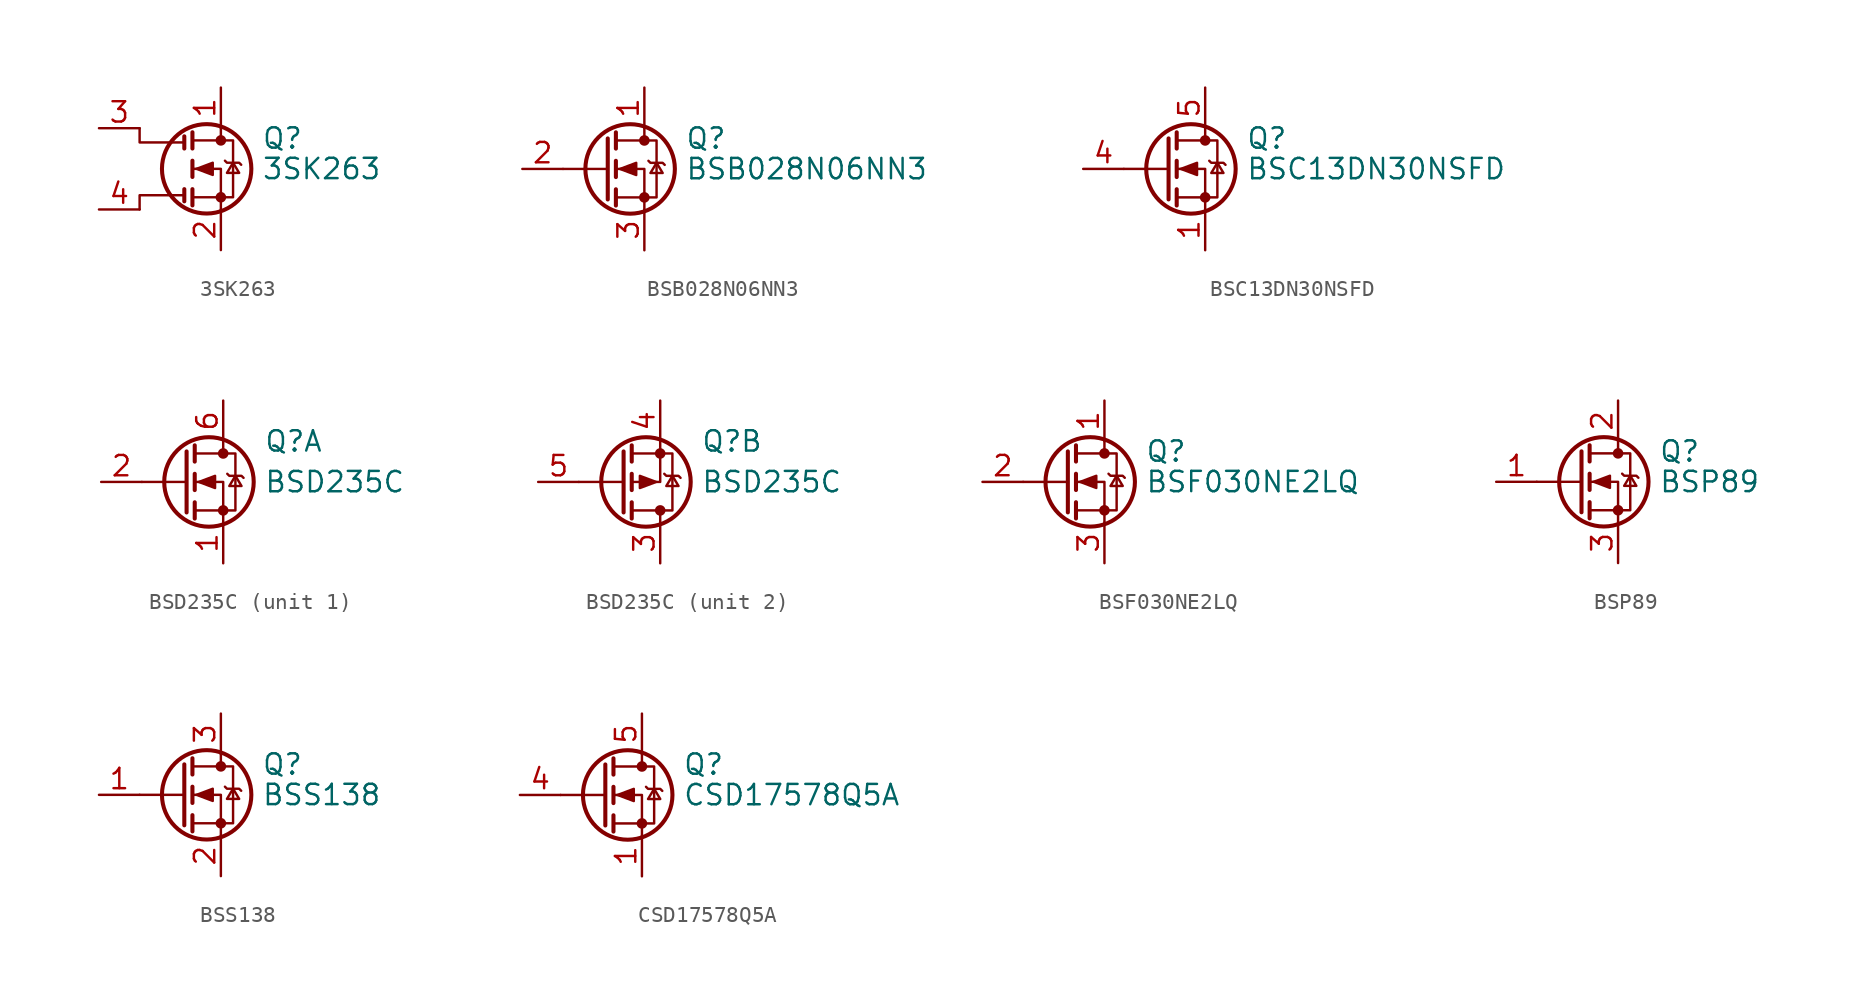
<source format=kicad_sym>
(kicad_symbol_lib
  (version 20210619)
  (generator kicad_symbol_editor)
  (symbol "Transistor_FET:3SK263"
    (pin_names hide)
    (property "Reference" "Q"
      (at 5.08 1.905 0)
      (effects (font (size 1.27 1.27)) (justify left)))
    (property "Value" "3SK263"
      (at 5.08 0 0)
      (effects (font (size 1.27 1.27)) (justify left)))
    (symbol "3SK263_0_1"
      (circle (center 1.651 0) (radius 2.794) (stroke (width 0.254)) (fill (type none)))
      (circle (center 2.54 -1.778) (radius 0.254) (stroke (width 0)) (fill (type outline)))
      (circle (center 2.54 1.778) (radius 0.254) (stroke (width 0)) (fill (type outline)))
      (polyline (pts (xy 0.254 -2.032) (xy 0.254 -1.27)) (stroke (width 0.254)) (fill (type none)))
      (polyline (pts (xy 0.254 2.032) (xy 0.254 1.27)) (stroke (width 0.254)) (fill (type none)))
      (polyline (pts (xy 0.762 -1.27) (xy 0.762 -2.286)) (stroke (width 0.254)) (fill (type none)))
      (polyline (pts (xy 0.762 0.508) (xy 0.762 -0.508)) (stroke (width 0.254)) (fill (type none)))
      (polyline (pts (xy 0.762 2.286) (xy 0.762 1.27)) (stroke (width 0.254)) (fill (type none)))
      (polyline (pts (xy 2.54 2.54) (xy 2.54 1.778)) (stroke (width 0)) (fill (type none)))
      (polyline (pts (xy 0.254 -1.651) (xy -2.54 -1.651) (xy -2.54 -2.54)) (stroke (width 0)) (fill (type none)))
      (polyline (pts (xy 0.254 1.651) (xy -2.54 1.651) (xy -2.54 2.54)) (stroke (width 0)) (fill (type none)))
      (polyline (pts (xy 2.54 -2.54) (xy 2.54 0) (xy 0.762 0)) (stroke (width 0)) (fill (type none)))
      (polyline (pts (xy 0.762 -1.778) (xy 3.302 -1.778) (xy 3.302 1.778) (xy 0.762 1.778)) (stroke (width 0)) (fill (type none)))
      (polyline (pts (xy 2.794 0.508) (xy 2.921 0.381) (xy 3.683 0.381) (xy 3.81 0.254)) (stroke (width 0)) (fill (type none)))
      (polyline (pts (xy 3.302 0.381) (xy 2.921 -0.254) (xy 3.683 -0.254) (xy 3.302 0.381)) (stroke (width 0)) (fill (type none)))
      (polyline (pts (xy 1.016 0) (xy 2.032 0.381) (xy 2.032 -0.381) (xy 1.016 0)) (stroke (width 0)) (fill (type outline))))
    (symbol "3SK263_1_1"
      (pin passive line (at 2.54 5.08 270) (length 2.54) (name "D" (effects (font (size 1.27 1.27)))) (number "1" (effects (font (size 1.27 1.27)))))
      (pin passive line (at 2.54 -5.08 90) (length 2.54) (name "S" (effects (font (size 1.27 1.27)))) (number "2" (effects (font (size 1.27 1.27)))))
      (pin passive line (at -5.08 2.54 0) (length 2.54) (name "G1" (effects (font (size 1.27 1.27)))) (number "3" (effects (font (size 1.27 1.27)))))
      (pin passive line (at -5.08 -2.54 0) (length 2.54) (name "G2" (effects (font (size 1.27 1.27)))) (number "4" (effects (font (size 1.27 1.27)))))))
  (symbol "Transistor_FET:BSB028N06NN3"
    (pin_names hide)
    (property "Reference" "Q"
      (at 5.08 1.905 0)
      (effects (font (size 1.27 1.27)) (justify left)))
    (property "Value" "BSB028N06NN3"
      (at 5.08 0 0)
      (effects (font (size 1.27 1.27)) (justify left)))
    (symbol "BSB028N06NN3_0_1"
      (circle (center 1.651 0) (radius 2.794) (stroke (width 0.254)) (fill (type none)))
      (circle (center 2.54 -1.778) (radius 0.254) (stroke (width 0)) (fill (type outline)))
      (circle (center 2.54 1.778) (radius 0.254) (stroke (width 0)) (fill (type outline)))
      (polyline (pts (xy 0.254 0) (xy -2.54 0)) (stroke (width 0)) (fill (type none)))
      (polyline (pts (xy 0.254 1.905) (xy 0.254 -1.905)) (stroke (width 0.254)) (fill (type none)))
      (polyline (pts (xy 0.762 -1.27) (xy 0.762 -2.286)) (stroke (width 0.254)) (fill (type none)))
      (polyline (pts (xy 0.762 0.508) (xy 0.762 -0.508)) (stroke (width 0.254)) (fill (type none)))
      (polyline (pts (xy 0.762 2.286) (xy 0.762 1.27)) (stroke (width 0.254)) (fill (type none)))
      (polyline (pts (xy 2.54 2.54) (xy 2.54 1.778)) (stroke (width 0)) (fill (type none)))
      (polyline (pts (xy 2.54 -2.54) (xy 2.54 0) (xy 0.762 0)) (stroke (width 0)) (fill (type none)))
      (polyline (pts (xy 0.762 -1.778) (xy 3.302 -1.778) (xy 3.302 1.778) (xy 0.762 1.778)) (stroke (width 0)) (fill (type none)))
      (polyline (pts (xy 2.794 0.508) (xy 2.921 0.381) (xy 3.683 0.381) (xy 3.81 0.254)) (stroke (width 0)) (fill (type none)))
      (polyline (pts (xy 3.302 0.381) (xy 2.921 -0.254) (xy 3.683 -0.254) (xy 3.302 0.381)) (stroke (width 0)) (fill (type none)))
      (polyline (pts (xy 1.016 0) (xy 2.032 0.381) (xy 2.032 -0.381) (xy 1.016 0)) (stroke (width 0)) (fill (type outline))))
    (symbol "BSB028N06NN3_1_1"
      (pin passive line (at 2.54 5.08 270) (length 2.54) (name "D" (effects (font (size 1.27 1.27)))) (number "1" (effects (font (size 1.27 1.27)))))
      (pin input line (at -5.08 0 0) (length 2.54) (name "G" (effects (font (size 1.27 1.27)))) (number "2" (effects (font (size 1.27 1.27)))))
      (pin passive line (at 2.54 -5.08 90) (length 2.54) (name "S" (effects (font (size 1.27 1.27)))) (number "3" (effects (font (size 1.27 1.27)))))))
  (symbol "Transistor_FET:BSC13DN30NSFD"
    (pin_names hide)
    (property "Reference" "Q"
      (at 5.08 1.905 0)
      (effects (font (size 1.27 1.27)) (justify left)))
    (property "Value" "BSC13DN30NSFD"
      (at 5.08 0 0)
      (effects (font (size 1.27 1.27)) (justify left)))
    (symbol "BSC13DN30NSFD_0_1"
      (circle (center 1.651 0) (radius 2.794) (stroke (width 0.254)) (fill (type none)))
      (circle (center 2.54 -1.778) (radius 0.254) (stroke (width 0)) (fill (type outline)))
      (circle (center 2.54 1.778) (radius 0.254) (stroke (width 0)) (fill (type outline)))
      (polyline (pts (xy 0.254 0) (xy -2.54 0)) (stroke (width 0)) (fill (type none)))
      (polyline (pts (xy 0.254 1.905) (xy 0.254 -1.905)) (stroke (width 0.254)) (fill (type none)))
      (polyline (pts (xy 0.762 -1.27) (xy 0.762 -2.286)) (stroke (width 0.254)) (fill (type none)))
      (polyline (pts (xy 0.762 0.508) (xy 0.762 -0.508)) (stroke (width 0.254)) (fill (type none)))
      (polyline (pts (xy 0.762 2.286) (xy 0.762 1.27)) (stroke (width 0.254)) (fill (type none)))
      (polyline (pts (xy 2.54 2.54) (xy 2.54 1.778)) (stroke (width 0)) (fill (type none)))
      (polyline (pts (xy 2.54 -2.54) (xy 2.54 0) (xy 0.762 0)) (stroke (width 0)) (fill (type none)))
      (polyline (pts (xy 0.762 -1.778) (xy 3.302 -1.778) (xy 3.302 1.778) (xy 0.762 1.778)) (stroke (width 0)) (fill (type none)))
      (polyline (pts (xy 2.794 0.508) (xy 2.921 0.381) (xy 3.683 0.381) (xy 3.81 0.254)) (stroke (width 0)) (fill (type none)))
      (polyline (pts (xy 3.302 0.381) (xy 2.921 -0.254) (xy 3.683 -0.254) (xy 3.302 0.381)) (stroke (width 0)) (fill (type none)))
      (polyline (pts (xy 1.016 0) (xy 2.032 0.381) (xy 2.032 -0.381) (xy 1.016 0)) (stroke (width 0)) (fill (type outline))))
    (symbol "BSC13DN30NSFD_1_1"
      (pin passive line (at 2.54 -5.08 90) (length 2.54) (name "S" (effects (font (size 1.27 1.27)))) (number "1" (effects (font (size 1.27 1.27)))))
      (pin passive line (at 2.54 -5.08 90) (length 2.54) hide (name "S" (effects (font (size 1.27 1.27)))) (number "2" (effects (font (size 1.27 1.27)))))
      (pin passive line (at 2.54 -5.08 90) (length 2.54) hide (name "S" (effects (font (size 1.27 1.27)))) (number "3" (effects (font (size 1.27 1.27)))))
      (pin passive line (at -5.08 0 0) (length 2.54) (name "G" (effects (font (size 1.27 1.27)))) (number "4" (effects (font (size 1.27 1.27)))))
      (pin passive line (at 2.54 5.08 270) (length 2.54) (name "D" (effects (font (size 1.27 1.27)))) (number "5" (effects (font (size 1.27 1.27)))))))
  (symbol "Transistor_FET:BSD235C"
    (pin_names hide)
    (property "Reference" "Q"
      (at 5.08 2.54 0)
      (effects (font (size 1.27 1.27)) (justify left)))
    (property "Value" "BSD235C"
      (at 5.08 0 0)
      (effects (font (size 1.27 1.27)) (justify left)))
    (symbol "BSD235C_1_1"
      (circle (center 1.651 0) (radius 2.794) (stroke (width 0.254)) (fill (type none)))
      (circle (center 2.54 -1.778) (radius 0.254) (stroke (width 0)) (fill (type outline)))
      (circle (center 2.54 1.778) (radius 0.254) (stroke (width 0)) (fill (type outline)))
      (polyline (pts (xy 0.254 -1.905) (xy 0.254 1.905)) (stroke (width 0.254)) (fill (type none)))
      (polyline (pts (xy 0.254 0) (xy -2.54 0)) (stroke (width 0)) (fill (type none)))
      (polyline (pts (xy 0.762 -2.286) (xy 0.762 -1.27)) (stroke (width 0.254)) (fill (type none)))
      (polyline (pts (xy 0.762 -0.508) (xy 0.762 0.508)) (stroke (width 0.254)) (fill (type none)))
      (polyline (pts (xy 0.762 1.27) (xy 0.762 2.286)) (stroke (width 0.254)) (fill (type none)))
      (polyline (pts (xy 2.54 1.905) (xy 2.54 2.54)) (stroke (width 0)) (fill (type none)))
      (polyline (pts (xy 2.54 -2.54) (xy 2.54 0) (xy 0.762 0)) (stroke (width 0)) (fill (type none)))
      (polyline (pts (xy 0.762 1.778) (xy 3.302 1.778) (xy 3.302 -1.778) (xy 0.762 -1.778)) (stroke (width 0)) (fill (type none)))
      (polyline (pts (xy 2.794 0.508) (xy 2.921 0.381) (xy 3.683 0.381) (xy 3.81 0.254)) (stroke (width 0)) (fill (type none)))
      (polyline (pts (xy 3.302 0.381) (xy 2.921 -0.254) (xy 3.683 -0.254) (xy 3.302 0.381)) (stroke (width 0)) (fill (type none)))
      (polyline (pts (xy 1.016 0) (xy 2.032 -0.381) (xy 2.032 0.381) (xy 1.016 0)) (stroke (width 0)) (fill (type outline)))
      (pin passive line (at 2.54 -5.08 90) (length 2.54) (name "SN" (effects (font (size 1.27 1.27)))) (number "1" (effects (font (size 1.27 1.27)))))
      (pin input line (at -5.08 0 0) (length 2.54) (name "GN" (effects (font (size 1.27 1.27)))) (number "2" (effects (font (size 1.27 1.27)))))
      (pin passive line (at 2.54 5.08 270) (length 2.54) (name "DN" (effects (font (size 1.27 1.27)))) (number "6" (effects (font (size 1.27 1.27))))))
    (symbol "BSD235C_2_1"
      (circle (center 1.651 0) (radius 2.794) (stroke (width 0.254)) (fill (type none)))
      (circle (center 2.54 -1.778) (radius 0.254) (stroke (width 0)) (fill (type outline)))
      (circle (center 2.54 1.778) (radius 0.254) (stroke (width 0)) (fill (type outline)))
      (polyline (pts (xy 0.254 0) (xy -2.54 0)) (stroke (width 0)) (fill (type none)))
      (polyline (pts (xy 0.254 1.905) (xy 0.254 -1.905)) (stroke (width 0.254)) (fill (type none)))
      (polyline (pts (xy 0.762 -1.27) (xy 0.762 -2.286)) (stroke (width 0.254)) (fill (type none)))
      (polyline (pts (xy 0.762 0.508) (xy 0.762 -0.508)) (stroke (width 0.254)) (fill (type none)))
      (polyline (pts (xy 0.762 2.286) (xy 0.762 1.27)) (stroke (width 0.254)) (fill (type none)))
      (polyline (pts (xy 2.54 -1.905) (xy 2.54 -2.54)) (stroke (width 0)) (fill (type none)))
      (polyline (pts (xy 2.54 2.54) (xy 2.54 0) (xy 0.762 0)) (stroke (width 0)) (fill (type none)))
      (polyline (pts (xy 0.762 -1.778) (xy 3.302 -1.778) (xy 3.302 1.778) (xy 0.762 1.778)) (stroke (width 0)) (fill (type none)))
      (polyline (pts (xy 2.794 0.508) (xy 2.921 0.381) (xy 3.683 0.381) (xy 3.81 0.254)) (stroke (width 0)) (fill (type none)))
      (polyline (pts (xy 3.302 0.381) (xy 2.921 -0.254) (xy 3.683 -0.254) (xy 3.302 0.381)) (stroke (width 0)) (fill (type none)))
      (polyline (pts (xy 2.286 0) (xy 1.27 -0.381) (xy 1.27 0.381) (xy 2.286 0)) (stroke (width 0)) (fill (type outline)))
      (pin passive line (at 2.54 -5.08 90) (length 2.54) (name "DP" (effects (font (size 1.27 1.27)))) (number "3" (effects (font (size 1.27 1.27)))))
      (pin passive line (at 2.54 5.08 270) (length 2.54) (name "SP" (effects (font (size 1.27 1.27)))) (number "4" (effects (font (size 1.27 1.27)))))
      (pin input line (at -5.08 0 0) (length 2.54) (name "GP" (effects (font (size 1.27 1.27)))) (number "5" (effects (font (size 1.27 1.27)))))))
  (symbol "Transistor_FET:BSF030NE2LQ"
    (pin_names hide)
    (property "Reference" "Q"
      (at 5.08 1.905 0)
      (effects (font (size 1.27 1.27)) (justify left)))
    (property "Value" "BSF030NE2LQ"
      (at 5.08 0 0)
      (effects (font (size 1.27 1.27)) (justify left)))
    (symbol "BSF030NE2LQ_0_1"
      (circle (center 1.651 0) (radius 2.794) (stroke (width 0.254)) (fill (type none)))
      (circle (center 2.54 -1.778) (radius 0.254) (stroke (width 0)) (fill (type outline)))
      (circle (center 2.54 1.778) (radius 0.254) (stroke (width 0)) (fill (type outline)))
      (polyline (pts (xy 0.254 0) (xy -2.54 0)) (stroke (width 0)) (fill (type none)))
      (polyline (pts (xy 0.254 1.905) (xy 0.254 -1.905)) (stroke (width 0.254)) (fill (type none)))
      (polyline (pts (xy 0.762 -1.27) (xy 0.762 -2.286)) (stroke (width 0.254)) (fill (type none)))
      (polyline (pts (xy 0.762 0.508) (xy 0.762 -0.508)) (stroke (width 0.254)) (fill (type none)))
      (polyline (pts (xy 0.762 2.286) (xy 0.762 1.27)) (stroke (width 0.254)) (fill (type none)))
      (polyline (pts (xy 2.54 2.54) (xy 2.54 1.778)) (stroke (width 0)) (fill (type none)))
      (polyline (pts (xy 2.54 -2.54) (xy 2.54 0) (xy 0.762 0)) (stroke (width 0)) (fill (type none)))
      (polyline (pts (xy 0.762 -1.778) (xy 3.302 -1.778) (xy 3.302 1.778) (xy 0.762 1.778)) (stroke (width 0)) (fill (type none)))
      (polyline (pts (xy 2.794 0.508) (xy 2.921 0.381) (xy 3.683 0.381) (xy 3.81 0.254)) (stroke (width 0)) (fill (type none)))
      (polyline (pts (xy 3.302 0.381) (xy 2.921 -0.254) (xy 3.683 -0.254) (xy 3.302 0.381)) (stroke (width 0)) (fill (type none)))
      (polyline (pts (xy 1.016 0) (xy 2.032 0.381) (xy 2.032 -0.381) (xy 1.016 0)) (stroke (width 0)) (fill (type outline))))
    (symbol "BSF030NE2LQ_1_1"
      (pin passive line (at 2.54 5.08 270) (length 2.54) (name "D" (effects (font (size 1.27 1.27)))) (number "1" (effects (font (size 1.27 1.27)))))
      (pin input line (at -5.08 0 0) (length 2.54) (name "G" (effects (font (size 1.27 1.27)))) (number "2" (effects (font (size 1.27 1.27)))))
      (pin passive line (at 2.54 -5.08 90) (length 2.54) (name "S" (effects (font (size 1.27 1.27)))) (number "3" (effects (font (size 1.27 1.27)))))))
  (symbol "Transistor_FET:BSP89"
    (pin_names hide)
    (property "Reference" "Q"
      (at 5.08 1.905 0)
      (effects (font (size 1.27 1.27)) (justify left)))
    (property "Value" "BSP89"
      (at 5.08 0 0)
      (effects (font (size 1.27 1.27)) (justify left)))
    (symbol "BSP89_0_1"
      (circle (center 1.651 0) (radius 2.794) (stroke (width 0.254)) (fill (type none)))
      (circle (center 2.54 -1.778) (radius 0.254) (stroke (width 0)) (fill (type outline)))
      (circle (center 2.54 1.778) (radius 0.254) (stroke (width 0)) (fill (type outline)))
      (polyline (pts (xy 0.254 0) (xy -2.54 0)) (stroke (width 0)) (fill (type none)))
      (polyline (pts (xy 0.254 1.905) (xy 0.254 -1.905)) (stroke (width 0.254)) (fill (type none)))
      (polyline (pts (xy 0.762 -1.27) (xy 0.762 -2.286)) (stroke (width 0.254)) (fill (type none)))
      (polyline (pts (xy 0.762 0.508) (xy 0.762 -0.508)) (stroke (width 0.254)) (fill (type none)))
      (polyline (pts (xy 0.762 2.286) (xy 0.762 1.27)) (stroke (width 0.254)) (fill (type none)))
      (polyline (pts (xy 2.54 2.54) (xy 2.54 1.778)) (stroke (width 0)) (fill (type none)))
      (polyline (pts (xy 2.54 -2.54) (xy 2.54 0) (xy 0.762 0)) (stroke (width 0)) (fill (type none)))
      (polyline (pts (xy 0.762 -1.778) (xy 3.302 -1.778) (xy 3.302 1.778) (xy 0.762 1.778)) (stroke (width 0)) (fill (type none)))
      (polyline (pts (xy 2.794 0.508) (xy 2.921 0.381) (xy 3.683 0.381) (xy 3.81 0.254)) (stroke (width 0)) (fill (type none)))
      (polyline (pts (xy 3.302 0.381) (xy 2.921 -0.254) (xy 3.683 -0.254) (xy 3.302 0.381)) (stroke (width 0)) (fill (type none)))
      (polyline (pts (xy 1.016 0) (xy 2.032 0.381) (xy 2.032 -0.381) (xy 1.016 0)) (stroke (width 0)) (fill (type outline))))
    (symbol "BSP89_1_1"
      (pin input line (at -5.08 0 0) (length 2.54) (name "G" (effects (font (size 1.27 1.27)))) (number "1" (effects (font (size 1.27 1.27)))))
      (pin passive line (at 2.54 5.08 270) (length 2.54) (name "D" (effects (font (size 1.27 1.27)))) (number "2" (effects (font (size 1.27 1.27)))))
      (pin passive line (at 2.54 -5.08 90) (length 2.54) (name "S" (effects (font (size 1.27 1.27)))) (number "3" (effects (font (size 1.27 1.27)))))))
  (symbol "Transistor_FET:BSS138"
    (pin_names hide)
    (property "Reference" "Q"
      (at 5.08 1.905 0)
      (effects (font (size 1.27 1.27)) (justify left)))
    (property "Value" "BSS138"
      (at 5.08 0 0)
      (effects (font (size 1.27 1.27)) (justify left)))
    (symbol "BSS138_0_1"
      (circle (center 1.651 0) (radius 2.794) (stroke (width 0.254)) (fill (type none)))
      (circle (center 2.54 -1.778) (radius 0.254) (stroke (width 0)) (fill (type outline)))
      (circle (center 2.54 1.778) (radius 0.254) (stroke (width 0)) (fill (type outline)))
      (polyline (pts (xy 0.254 0) (xy -2.54 0)) (stroke (width 0)) (fill (type none)))
      (polyline (pts (xy 0.254 1.905) (xy 0.254 -1.905)) (stroke (width 0.254)) (fill (type none)))
      (polyline (pts (xy 0.762 -1.27) (xy 0.762 -2.286)) (stroke (width 0.254)) (fill (type none)))
      (polyline (pts (xy 0.762 0.508) (xy 0.762 -0.508)) (stroke (width 0.254)) (fill (type none)))
      (polyline (pts (xy 0.762 2.286) (xy 0.762 1.27)) (stroke (width 0.254)) (fill (type none)))
      (polyline (pts (xy 2.54 2.54) (xy 2.54 1.778)) (stroke (width 0)) (fill (type none)))
      (polyline (pts (xy 2.54 -2.54) (xy 2.54 0) (xy 0.762 0)) (stroke (width 0)) (fill (type none)))
      (polyline (pts (xy 0.762 -1.778) (xy 3.302 -1.778) (xy 3.302 1.778) (xy 0.762 1.778)) (stroke (width 0)) (fill (type none)))
      (polyline (pts (xy 2.794 0.508) (xy 2.921 0.381) (xy 3.683 0.381) (xy 3.81 0.254)) (stroke (width 0)) (fill (type none)))
      (polyline (pts (xy 3.302 0.381) (xy 2.921 -0.254) (xy 3.683 -0.254) (xy 3.302 0.381)) (stroke (width 0)) (fill (type none)))
      (polyline (pts (xy 1.016 0) (xy 2.032 0.381) (xy 2.032 -0.381) (xy 1.016 0)) (stroke (width 0)) (fill (type outline))))
    (symbol "BSS138_1_1"
      (pin input line (at -5.08 0 0) (length 2.54) (name "G" (effects (font (size 1.27 1.27)))) (number "1" (effects (font (size 1.27 1.27)))))
      (pin passive line (at 2.54 -5.08 90) (length 2.54) (name "S" (effects (font (size 1.27 1.27)))) (number "2" (effects (font (size 1.27 1.27)))))
      (pin passive line (at 2.54 5.08 270) (length 2.54) (name "D" (effects (font (size 1.27 1.27)))) (number "3" (effects (font (size 1.27 1.27)))))))
  (symbol "Transistor_FET:CSD17578Q5A"
    (pin_names hide)
    (property "Reference" "Q"
      (at 5.08 1.905 0)
      (effects (font (size 1.27 1.27)) (justify left)))
    (property "Value" "CSD17578Q5A"
      (at 5.08 0 0)
      (effects (font (size 1.27 1.27)) (justify left)))
    (symbol "CSD17578Q5A_0_1"
      (circle (center 1.651 0) (radius 2.794) (stroke (width 0.254)) (fill (type none)))
      (circle (center 2.54 -1.778) (radius 0.254) (stroke (width 0)) (fill (type outline)))
      (circle (center 2.54 1.778) (radius 0.254) (stroke (width 0)) (fill (type outline)))
      (polyline (pts (xy 0.254 0) (xy -2.54 0)) (stroke (width 0)) (fill (type none)))
      (polyline (pts (xy 0.254 1.905) (xy 0.254 -1.905)) (stroke (width 0.254)) (fill (type none)))
      (polyline (pts (xy 0.762 -1.27) (xy 0.762 -2.286)) (stroke (width 0.254)) (fill (type none)))
      (polyline (pts (xy 0.762 0.508) (xy 0.762 -0.508)) (stroke (width 0.254)) (fill (type none)))
      (polyline (pts (xy 0.762 2.286) (xy 0.762 1.27)) (stroke (width 0.254)) (fill (type none)))
      (polyline (pts (xy 2.54 2.54) (xy 2.54 1.778)) (stroke (width 0)) (fill (type none)))
      (polyline (pts (xy 2.54 -2.54) (xy 2.54 0) (xy 0.762 0)) (stroke (width 0)) (fill (type none)))
      (polyline (pts (xy 0.762 -1.778) (xy 3.302 -1.778) (xy 3.302 1.778) (xy 0.762 1.778)) (stroke (width 0)) (fill (type none)))
      (polyline (pts (xy 2.794 0.508) (xy 2.921 0.381) (xy 3.683 0.381) (xy 3.81 0.254)) (stroke (width 0)) (fill (type none)))
      (polyline (pts (xy 3.302 0.381) (xy 2.921 -0.254) (xy 3.683 -0.254) (xy 3.302 0.381)) (stroke (width 0)) (fill (type none)))
      (polyline (pts (xy 1.016 0) (xy 2.032 0.381) (xy 2.032 -0.381) (xy 1.016 0)) (stroke (width 0)) (fill (type outline))))
    (symbol "CSD17578Q5A_1_1"
      (pin passive line (at 2.54 -5.08 90) (length 2.54) (name "S" (effects (font (size 1.27 1.27)))) (number "1" (effects (font (size 1.27 1.27)))))
      (pin passive line (at 2.54 -5.08 90) (length 2.54) hide (name "S" (effects (font (size 1.27 1.27)))) (number "2" (effects (font (size 1.27 1.27)))))
      (pin passive line (at 2.54 -5.08 90) (length 2.54) hide (name "S" (effects (font (size 1.27 1.27)))) (number "3" (effects (font (size 1.27 1.27)))))
      (pin passive line (at -5.08 0 0) (length 2.54) (name "G" (effects (font (size 1.27 1.27)))) (number "4" (effects (font (size 1.27 1.27)))))
      (pin passive line (at 2.54 5.08 270) (length 2.54) (name "D" (effects (font (size 1.27 1.27)))) (number "5" (effects (font (size 1.27 1.27))))))))
</source>
